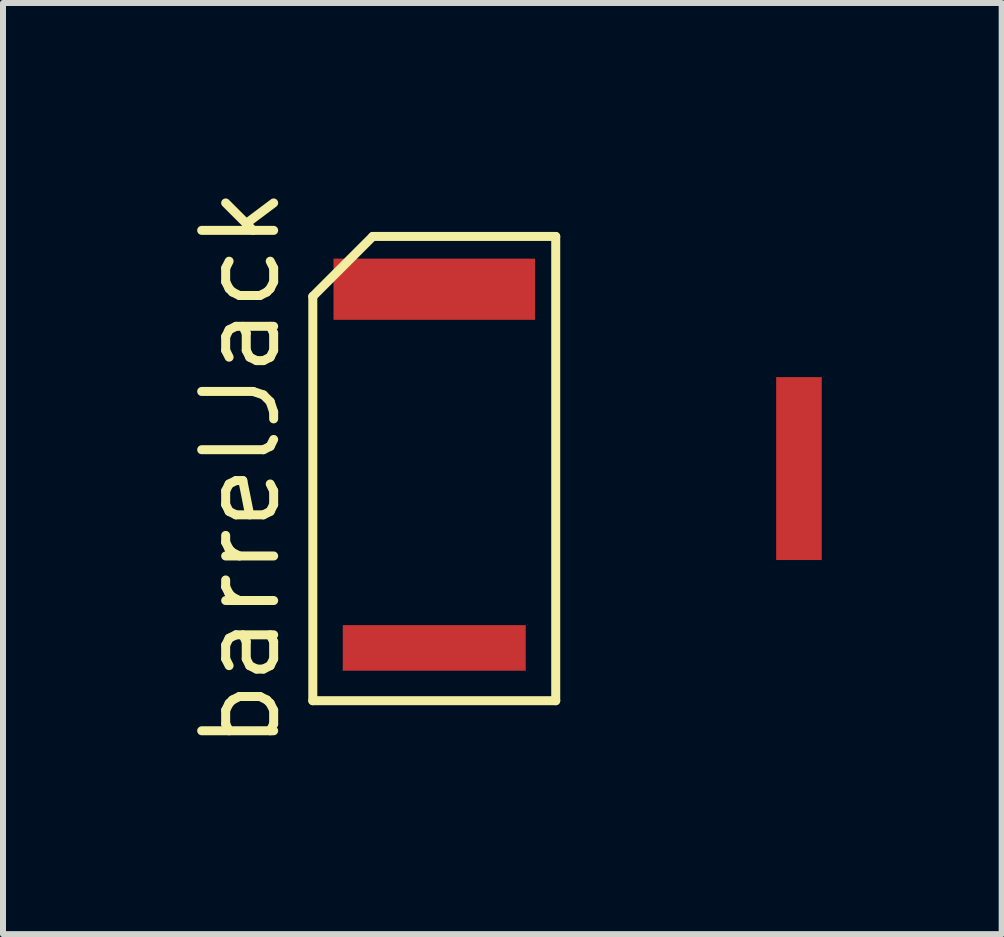
<source format=kicad_pcb>
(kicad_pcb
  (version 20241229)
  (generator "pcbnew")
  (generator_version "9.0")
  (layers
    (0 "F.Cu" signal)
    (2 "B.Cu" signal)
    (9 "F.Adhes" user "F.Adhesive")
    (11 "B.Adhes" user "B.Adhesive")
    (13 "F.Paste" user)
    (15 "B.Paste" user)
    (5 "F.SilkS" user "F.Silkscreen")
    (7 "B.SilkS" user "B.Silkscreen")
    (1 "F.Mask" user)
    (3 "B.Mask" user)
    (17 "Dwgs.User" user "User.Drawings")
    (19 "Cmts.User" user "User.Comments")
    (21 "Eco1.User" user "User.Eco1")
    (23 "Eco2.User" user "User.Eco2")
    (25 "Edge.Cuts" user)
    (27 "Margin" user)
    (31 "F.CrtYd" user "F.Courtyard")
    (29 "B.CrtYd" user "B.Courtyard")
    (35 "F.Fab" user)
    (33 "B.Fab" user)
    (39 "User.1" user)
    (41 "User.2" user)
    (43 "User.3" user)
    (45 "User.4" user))
  (footprint "barrelJack"
    (layer "F.Cu")
    (at 4.19 4.762)
    (property "Reference" "barrelJack" (at -3.225 0 90) (layer "F.SilkS") (effects (font (size 1.2 1.2) (thickness 0.15))))
    (attr through_hole)
    (fp_line (start -2.025 -2.87) (end -2.025 3.87) (stroke (width 0.15) (type solid)) (layer "F.SilkS"))
    (fp_line (start -2.025 3.87) (end 2.025 3.87) (stroke (width 0.15) (type solid)) (layer "F.SilkS"))
    (fp_line (start -1.025 -3.87) (end -2.025 -2.87) (stroke (width 0.15) (type solid)) (layer "F.SilkS"))
    (fp_line (start 2.025 -3.87) (end -1.025 -3.87) (stroke (width 0.15) (type solid)) (layer "F.SilkS"))
    (fp_line (start 2.025 3.87) (end 2.025 -3.87) (stroke (width 0.15) (type solid)) (layer "F.SilkS"))
    (pad "1" smd rect (at 0 2.99) (size 3.05 0.76) (layers "F.Cu" "F.Mask" "F.Paste"))
    (pad "2" smd rect (at 0 -2.99) (size 3.36 1.02) (layers "F.Cu" "F.Mask" "F.Paste"))
    (pad "2" smd rect (at 6.08 0) (size 0.76 3.05) (layers "F.Cu" "F.Mask" "F.Paste")))
  (gr_rect
    (start -3 -3)
    (end 13.65 12.524)
    (stroke (width 0.1) (type default))
    (fill no)
    (layer "Edge.Cuts")))
</source>
